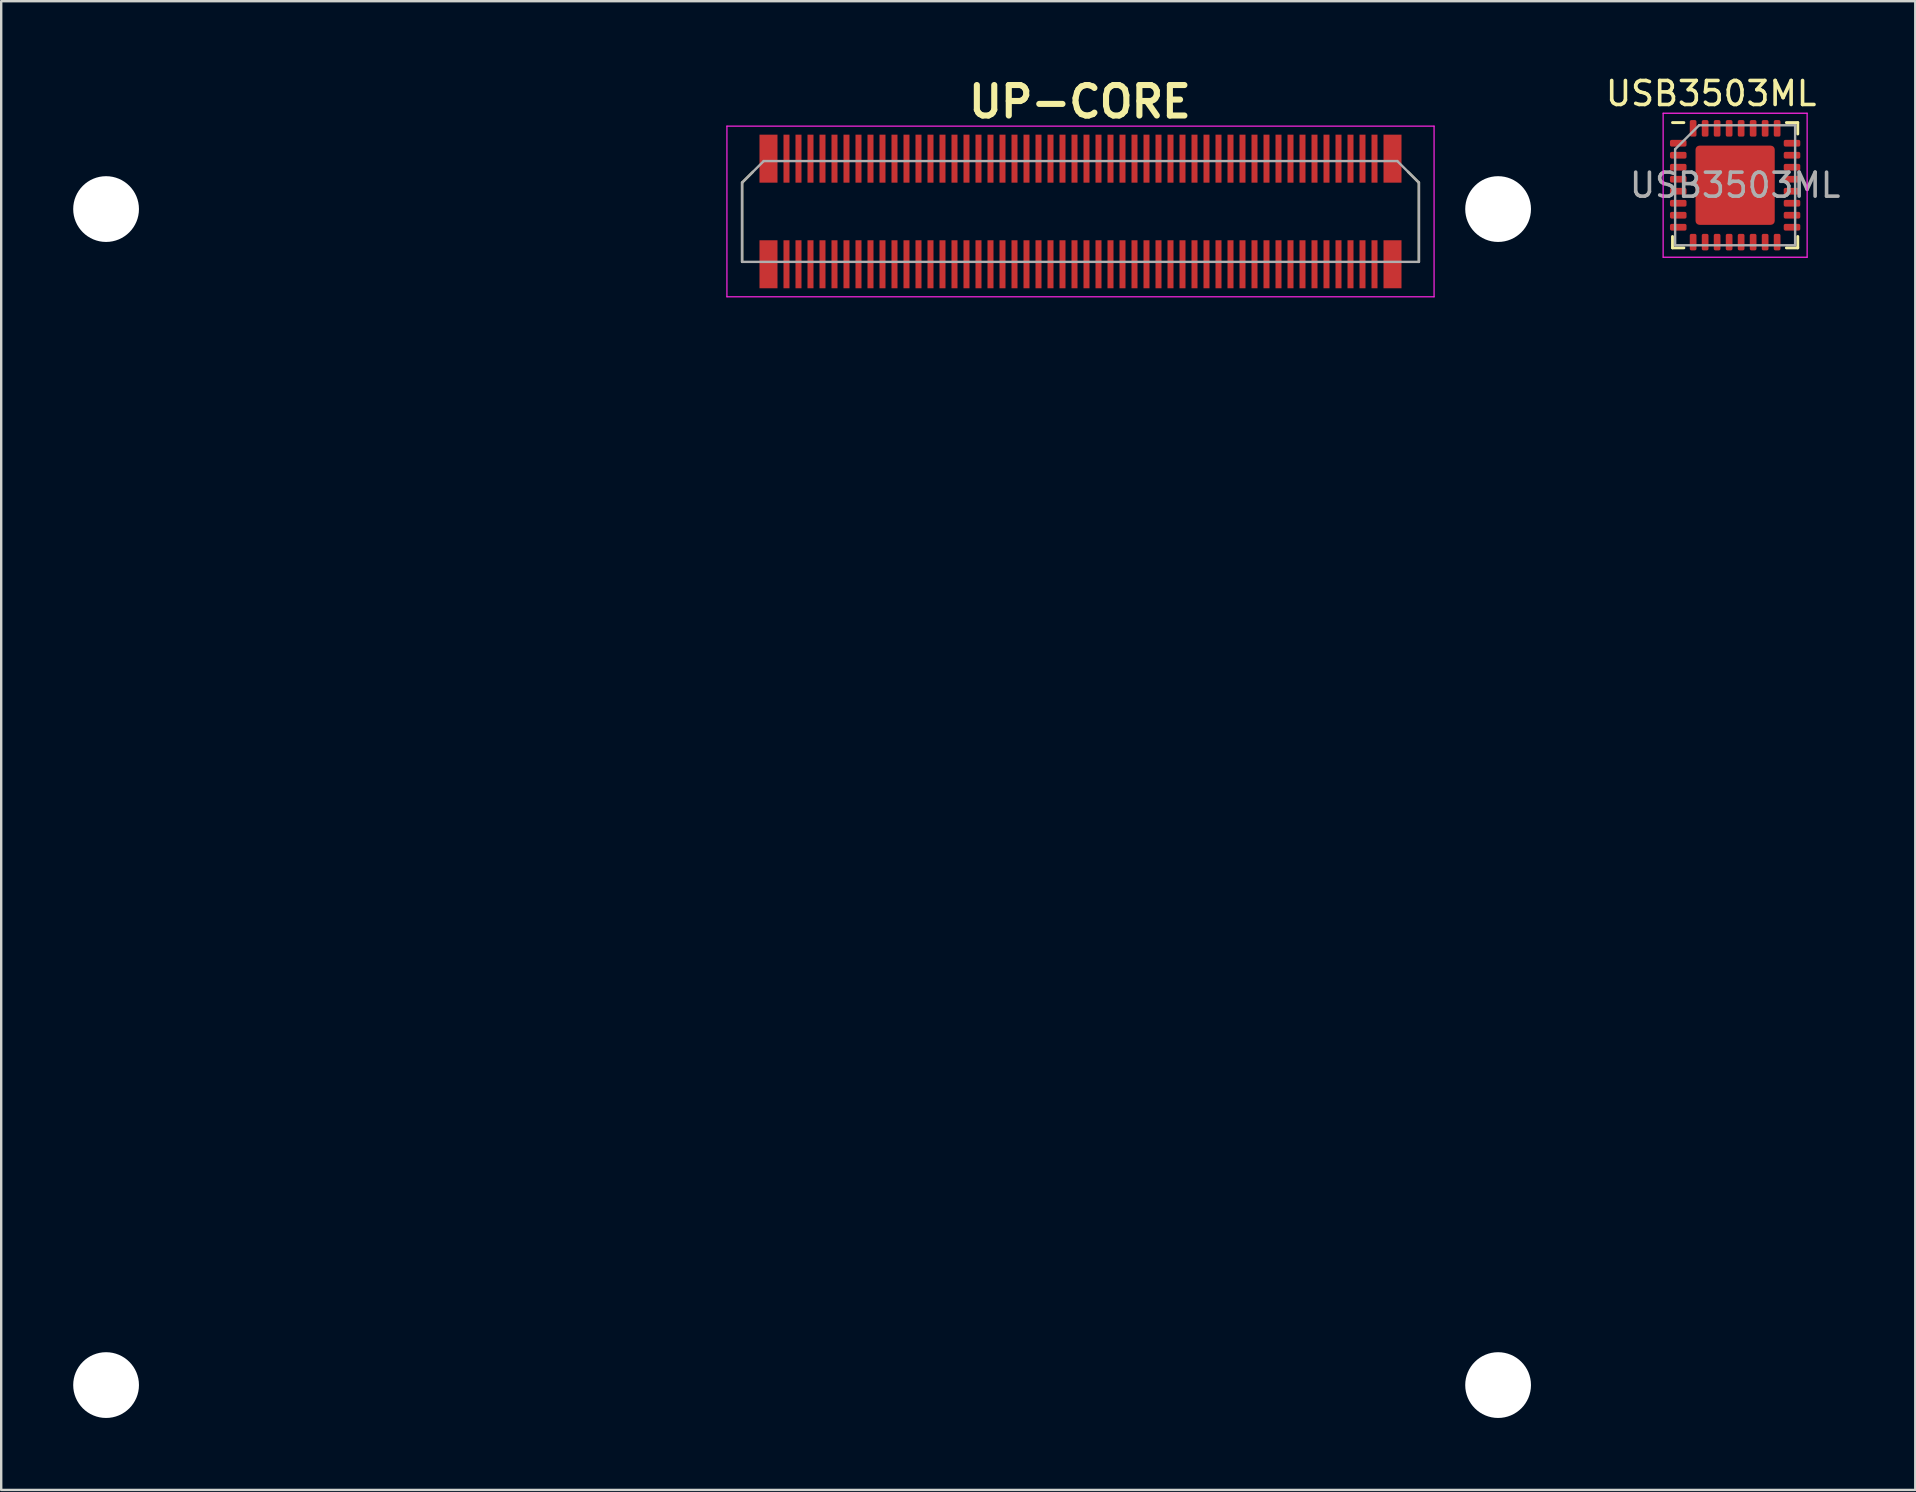
<source format=kicad_pcb>
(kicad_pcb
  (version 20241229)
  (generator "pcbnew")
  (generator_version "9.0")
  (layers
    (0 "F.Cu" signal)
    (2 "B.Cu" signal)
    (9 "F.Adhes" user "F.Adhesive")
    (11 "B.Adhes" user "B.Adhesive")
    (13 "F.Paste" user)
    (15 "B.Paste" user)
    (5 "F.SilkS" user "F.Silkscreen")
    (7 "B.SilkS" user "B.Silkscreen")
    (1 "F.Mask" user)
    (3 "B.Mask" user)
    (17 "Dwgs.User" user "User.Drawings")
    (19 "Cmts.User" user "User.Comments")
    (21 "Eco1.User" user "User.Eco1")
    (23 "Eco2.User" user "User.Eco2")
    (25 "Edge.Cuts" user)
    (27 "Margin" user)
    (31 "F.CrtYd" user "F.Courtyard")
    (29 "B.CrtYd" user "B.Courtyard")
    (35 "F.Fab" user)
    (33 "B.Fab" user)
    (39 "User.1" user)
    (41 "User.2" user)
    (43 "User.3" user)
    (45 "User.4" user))
  (footprint "UP-CORE"
    (layer "F.Cu")
    (at 30.37 30.161)
    (property "Reference" "UP-CORE" (at 11.575 -28.972 0) (layer "F.SilkS") (effects (font (size 1.27 1.27) (thickness 0.254))))
    (attr smd)
    (fp_line (start -2.5 -25.6) (end -2.05 -26.05) (stroke (width 0.1) (type solid)) (layer "F.SilkS"))
    (fp_line (start -2.5 -22.3) (end -2.5 -25.6) (stroke (width 0.1) (type solid)) (layer "F.SilkS"))
    (fp_line (start 25.7 -25.6) (end 25.25 -26.05) (stroke (width 0.1) (type solid)) (layer "F.SilkS"))
    (fp_line (start 25.7 -22.3) (end 25.7 -25.6) (stroke (width 0.1) (type solid)) (layer "F.SilkS"))
    (fp_line (start -3.132 -27.956) (end 26.332 -27.956) (stroke (width 0.05) (type solid)) (layer "F.CrtYd"))
    (fp_line (start -3.132 -20.844) (end -3.132 -27.956) (stroke (width 0.05) (type solid)) (layer "F.CrtYd"))
    (fp_line (start 26.332 -27.956) (end 26.332 -20.844) (stroke (width 0.05) (type solid)) (layer "F.CrtYd"))
    (fp_line (start 26.332 -20.844) (end -3.132 -20.844) (stroke (width 0.05) (type solid)) (layer "F.CrtYd"))
    (fp_line (start -2.5 -25.6) (end -1.6 -26.5) (stroke (width 0.1) (type solid)) (layer "F.Fab"))
    (fp_line (start -2.5 -22.3) (end -2.5 -25.6) (stroke (width 0.1) (type solid)) (layer "F.Fab"))
    (fp_line (start -1.6 -26.5) (end 24.8 -26.5) (stroke (width 0.1) (type solid)) (layer "F.Fab"))
    (fp_line (start 24.8 -26.5) (end 25.7 -25.6) (stroke (width 0.1) (type solid)) (layer "F.Fab"))
    (fp_line (start 25.7 -25.6) (end 25.7 -22.3) (stroke (width 0.1) (type solid)) (layer "F.Fab"))
    (fp_line (start 25.7 -22.3) (end -2.5 -22.3) (stroke (width 0.1) (type solid)) (layer "F.Fab"))
    (pad "" np_thru_hole circle (at -29 -24.5 180) (size 2.74 2.74) (drill 2.74) (layers "*.Cu" "*.Mask"))
    (pad "" np_thru_hole circle (at -29 24.5 180) (size 2.74 2.74) (drill 2.74) (layers "*.Cu" "*.Mask"))
    (pad "" smd rect (at -1.4 -26.6) (size 0.75 2) (layers "F.Cu" "F.Mask" "F.Paste"))
    (pad "" smd rect (at -1.4 -22.2) (size 0.75 2) (layers "F.Cu" "F.Mask" "F.Paste"))
    (pad "" smd rect (at 24.6 -26.6) (size 0.75 2) (layers "F.Cu" "F.Mask" "F.Paste"))
    (pad "" smd rect (at 24.6 -22.2) (size 0.75 2) (layers "F.Cu" "F.Mask" "F.Paste"))
    (pad "" np_thru_hole circle (at 29 -24.5 180) (size 2.74 2.74) (drill 2.74) (layers "*.Cu" "*.Mask"))
    (pad "" np_thru_hole circle (at 29 24.5 180) (size 2.74 2.74) (drill 2.74) (layers "*.Cu" "*.Mask"))
    (pad "1" smd rect (at -0.65 -22.2) (size 0.25 2) (layers "F.Cu" "F.Mask" "F.Paste"))
    (pad "2" smd rect (at -0.65 -26.6) (size 0.25 2) (layers "F.Cu" "F.Mask" "F.Paste"))
    (pad "3" smd rect (at -0.15 -22.2) (size 0.25 2) (layers "F.Cu" "F.Mask" "F.Paste"))
    (pad "4" smd rect (at -0.15 -26.6) (size 0.25 2) (layers "F.Cu" "F.Mask" "F.Paste"))
    (pad "5" smd rect (at 0.35 -22.2) (size 0.25 2) (layers "F.Cu" "F.Mask" "F.Paste"))
    (pad "6" smd rect (at 0.35 -26.6) (size 0.25 2) (layers "F.Cu" "F.Mask" "F.Paste"))
    (pad "7" smd rect (at 0.85 -22.2) (size 0.25 2) (layers "F.Cu" "F.Mask" "F.Paste"))
    (pad "8" smd rect (at 0.85 -26.6) (size 0.25 2) (layers "F.Cu" "F.Mask" "F.Paste"))
    (pad "9" smd rect (at 1.35 -22.2) (size 0.25 2) (layers "F.Cu" "F.Mask" "F.Paste"))
    (pad "10" smd rect (at 1.35 -26.6) (size 0.25 2) (layers "F.Cu" "F.Mask" "F.Paste"))
    (pad "11" smd rect (at 1.85 -22.2) (size 0.25 2) (layers "F.Cu" "F.Mask" "F.Paste"))
    (pad "12" smd rect (at 1.85 -26.6) (size 0.25 2) (layers "F.Cu" "F.Mask" "F.Paste"))
    (pad "13" smd rect (at 2.35 -22.2) (size 0.25 2) (layers "F.Cu" "F.Mask" "F.Paste"))
    (pad "14" smd rect (at 2.35 -26.6) (size 0.25 2) (layers "F.Cu" "F.Mask" "F.Paste"))
    (pad "15" smd rect (at 2.85 -22.2) (size 0.25 2) (layers "F.Cu" "F.Mask" "F.Paste"))
    (pad "16" smd rect (at 2.85 -26.6) (size 0.25 2) (layers "F.Cu" "F.Mask" "F.Paste"))
    (pad "17" smd rect (at 3.35 -22.2) (size 0.25 2) (layers "F.Cu" "F.Mask" "F.Paste"))
    (pad "18" smd rect (at 3.35 -26.6) (size 0.25 2) (layers "F.Cu" "F.Mask" "F.Paste"))
    (pad "19" smd rect (at 3.85 -22.2) (size 0.25 2) (layers "F.Cu" "F.Mask" "F.Paste"))
    (pad "20" smd rect (at 3.85 -26.6) (size 0.25 2) (layers "F.Cu" "F.Mask" "F.Paste"))
    (pad "21" smd rect (at 4.35 -22.2) (size 0.25 2) (layers "F.Cu" "F.Mask" "F.Paste"))
    (pad "22" smd rect (at 4.35 -26.6) (size 0.25 2) (layers "F.Cu" "F.Mask" "F.Paste"))
    (pad "23" smd rect (at 4.85 -22.2) (size 0.25 2) (layers "F.Cu" "F.Mask" "F.Paste"))
    (pad "24" smd rect (at 4.85 -26.6) (size 0.25 2) (layers "F.Cu" "F.Mask" "F.Paste"))
    (pad "25" smd rect (at 5.35 -22.2) (size 0.25 2) (layers "F.Cu" "F.Mask" "F.Paste"))
    (pad "26" smd rect (at 5.35 -26.6) (size 0.25 2) (layers "F.Cu" "F.Mask" "F.Paste"))
    (pad "27" smd rect (at 5.85 -22.2) (size 0.25 2) (layers "F.Cu" "F.Mask" "F.Paste"))
    (pad "28" smd rect (at 5.85 -26.6) (size 0.25 2) (layers "F.Cu" "F.Mask" "F.Paste"))
    (pad "29" smd rect (at 6.35 -22.2) (size 0.25 2) (layers "F.Cu" "F.Mask" "F.Paste"))
    (pad "30" smd rect (at 6.35 -26.6) (size 0.25 2) (layers "F.Cu" "F.Mask" "F.Paste"))
    (pad "31" smd rect (at 6.85 -22.2) (size 0.25 2) (layers "F.Cu" "F.Mask" "F.Paste"))
    (pad "32" smd rect (at 6.85 -26.6) (size 0.25 2) (layers "F.Cu" "F.Mask" "F.Paste"))
    (pad "33" smd rect (at 7.35 -22.2) (size 0.25 2) (layers "F.Cu" "F.Mask" "F.Paste"))
    (pad "34" smd rect (at 7.35 -26.6) (size 0.25 2) (layers "F.Cu" "F.Mask" "F.Paste"))
    (pad "35" smd rect (at 7.85 -22.2) (size 0.25 2) (layers "F.Cu" "F.Mask" "F.Paste"))
    (pad "36" smd rect (at 7.85 -26.6) (size 0.25 2) (layers "F.Cu" "F.Mask" "F.Paste"))
    (pad "37" smd rect (at 8.35 -22.2) (size 0.25 2) (layers "F.Cu" "F.Mask" "F.Paste"))
    (pad "38" smd rect (at 8.35 -26.6) (size 0.25 2) (layers "F.Cu" "F.Mask" "F.Paste"))
    (pad "39" smd rect (at 8.85 -22.2) (size 0.25 2) (layers "F.Cu" "F.Mask" "F.Paste"))
    (pad "40" smd rect (at 8.85 -26.6) (size 0.25 2) (layers "F.Cu" "F.Mask" "F.Paste"))
    (pad "41" smd rect (at 9.35 -22.2) (size 0.25 2) (layers "F.Cu" "F.Mask" "F.Paste"))
    (pad "42" smd rect (at 9.35 -26.6) (size 0.25 2) (layers "F.Cu" "F.Mask" "F.Paste"))
    (pad "43" smd rect (at 9.85 -22.2) (size 0.25 2) (layers "F.Cu" "F.Mask" "F.Paste"))
    (pad "44" smd rect (at 9.85 -26.6) (size 0.25 2) (layers "F.Cu" "F.Mask" "F.Paste"))
    (pad "45" smd rect (at 10.35 -22.2) (size 0.25 2) (layers "F.Cu" "F.Mask" "F.Paste"))
    (pad "46" smd rect (at 10.35 -26.6) (size 0.25 2) (layers "F.Cu" "F.Mask" "F.Paste"))
    (pad "47" smd rect (at 10.85 -22.2) (size 0.25 2) (layers "F.Cu" "F.Mask" "F.Paste"))
    (pad "48" smd rect (at 10.85 -26.6) (size 0.25 2) (layers "F.Cu" "F.Mask" "F.Paste"))
    (pad "49" smd rect (at 11.35 -22.2) (size 0.25 2) (layers "F.Cu" "F.Mask" "F.Paste"))
    (pad "50" smd rect (at 11.35 -26.6) (size 0.25 2) (layers "F.Cu" "F.Mask" "F.Paste"))
    (pad "51" smd rect (at 11.85 -22.2) (size 0.25 2) (layers "F.Cu" "F.Mask" "F.Paste"))
    (pad "52" smd rect (at 11.85 -26.6) (size 0.25 2) (layers "F.Cu" "F.Mask" "F.Paste"))
    (pad "53" smd rect (at 12.35 -22.2) (size 0.25 2) (layers "F.Cu" "F.Mask" "F.Paste"))
    (pad "54" smd rect (at 12.35 -26.6) (size 0.25 2) (layers "F.Cu" "F.Mask" "F.Paste"))
    (pad "55" smd rect (at 12.85 -22.2) (size 0.25 2) (layers "F.Cu" "F.Mask" "F.Paste"))
    (pad "56" smd rect (at 12.85 -26.6) (size 0.25 2) (layers "F.Cu" "F.Mask" "F.Paste"))
    (pad "57" smd rect (at 13.35 -22.2) (size 0.25 2) (layers "F.Cu" "F.Mask" "F.Paste"))
    (pad "58" smd rect (at 13.35 -26.6) (size 0.25 2) (layers "F.Cu" "F.Mask" "F.Paste"))
    (pad "59" smd rect (at 13.85 -22.2) (size 0.25 2) (layers "F.Cu" "F.Mask" "F.Paste"))
    (pad "60" smd rect (at 13.85 -26.6) (size 0.25 2) (layers "F.Cu" "F.Mask" "F.Paste"))
    (pad "61" smd rect (at 14.35 -22.2) (size 0.25 2) (layers "F.Cu" "F.Mask" "F.Paste"))
    (pad "62" smd rect (at 14.35 -26.6) (size 0.25 2) (layers "F.Cu" "F.Mask" "F.Paste"))
    (pad "63" smd rect (at 14.85 -22.2) (size 0.25 2) (layers "F.Cu" "F.Mask" "F.Paste"))
    (pad "64" smd rect (at 14.85 -26.6) (size 0.25 2) (layers "F.Cu" "F.Mask" "F.Paste"))
    (pad "65" smd rect (at 15.35 -22.2) (size 0.25 2) (layers "F.Cu" "F.Mask" "F.Paste"))
    (pad "66" smd rect (at 15.35 -26.6) (size 0.25 2) (layers "F.Cu" "F.Mask" "F.Paste"))
    (pad "67" smd rect (at 15.85 -22.2) (size 0.25 2) (layers "F.Cu" "F.Mask" "F.Paste"))
    (pad "68" smd rect (at 15.85 -26.6) (size 0.25 2) (layers "F.Cu" "F.Mask" "F.Paste"))
    (pad "69" smd rect (at 16.35 -22.2) (size 0.25 2) (layers "F.Cu" "F.Mask" "F.Paste"))
    (pad "70" smd rect (at 16.35 -26.6) (size 0.25 2) (layers "F.Cu" "F.Mask" "F.Paste"))
    (pad "71" smd rect (at 16.85 -22.2) (size 0.25 2) (layers "F.Cu" "F.Mask" "F.Paste"))
    (pad "72" smd rect (at 16.85 -26.6) (size 0.25 2) (layers "F.Cu" "F.Mask" "F.Paste"))
    (pad "73" smd rect (at 17.35 -22.2) (size 0.25 2) (layers "F.Cu" "F.Mask" "F.Paste"))
    (pad "74" smd rect (at 17.35 -26.6) (size 0.25 2) (layers "F.Cu" "F.Mask" "F.Paste"))
    (pad "75" smd rect (at 17.85 -22.2) (size 0.25 2) (layers "F.Cu" "F.Mask" "F.Paste"))
    (pad "76" smd rect (at 17.85 -26.6) (size 0.25 2) (layers "F.Cu" "F.Mask" "F.Paste"))
    (pad "77" smd rect (at 18.35 -22.2) (size 0.25 2) (layers "F.Cu" "F.Mask" "F.Paste"))
    (pad "78" smd rect (at 18.35 -26.6) (size 0.25 2) (layers "F.Cu" "F.Mask" "F.Paste"))
    (pad "79" smd rect (at 18.85 -22.2) (size 0.25 2) (layers "F.Cu" "F.Mask" "F.Paste"))
    (pad "80" smd rect (at 18.85 -26.6) (size 0.25 2) (layers "F.Cu" "F.Mask" "F.Paste"))
    (pad "81" smd rect (at 19.35 -22.2) (size 0.25 2) (layers "F.Cu" "F.Mask" "F.Paste"))
    (pad "82" smd rect (at 19.35 -26.6) (size 0.25 2) (layers "F.Cu" "F.Mask" "F.Paste"))
    (pad "83" smd rect (at 19.85 -22.2) (size 0.25 2) (layers "F.Cu" "F.Mask" "F.Paste"))
    (pad "84" smd rect (at 19.85 -26.6) (size 0.25 2) (layers "F.Cu" "F.Mask" "F.Paste"))
    (pad "85" smd rect (at 20.35 -22.2) (size 0.25 2) (layers "F.Cu" "F.Mask" "F.Paste"))
    (pad "86" smd rect (at 20.35 -26.6) (size 0.25 2) (layers "F.Cu" "F.Mask" "F.Paste"))
    (pad "87" smd rect (at 20.85 -22.2) (size 0.25 2) (layers "F.Cu" "F.Mask" "F.Paste"))
    (pad "88" smd rect (at 20.85 -26.6) (size 0.25 2) (layers "F.Cu" "F.Mask" "F.Paste"))
    (pad "89" smd rect (at 21.35 -22.2) (size 0.25 2) (layers "F.Cu" "F.Mask" "F.Paste"))
    (pad "90" smd rect (at 21.35 -26.6) (size 0.25 2) (layers "F.Cu" "F.Mask" "F.Paste"))
    (pad "91" smd rect (at 21.85 -22.2) (size 0.25 2) (layers "F.Cu" "F.Mask" "F.Paste"))
    (pad "92" smd rect (at 21.85 -26.6) (size 0.25 2) (layers "F.Cu" "F.Mask" "F.Paste"))
    (pad "93" smd rect (at 22.35 -22.2) (size 0.25 2) (layers "F.Cu" "F.Mask" "F.Paste"))
    (pad "94" smd rect (at 22.35 -26.6) (size 0.25 2) (layers "F.Cu" "F.Mask" "F.Paste"))
    (pad "95" smd rect (at 22.85 -22.2) (size 0.25 2) (layers "F.Cu" "F.Mask" "F.Paste"))
    (pad "96" smd rect (at 22.85 -26.6) (size 0.25 2) (layers "F.Cu" "F.Mask" "F.Paste"))
    (pad "97" smd rect (at 23.35 -22.2) (size 0.25 2) (layers "F.Cu" "F.Mask" "F.Paste"))
    (pad "98" smd rect (at 23.35 -26.6) (size 0.25 2) (layers "F.Cu" "F.Mask" "F.Paste"))
    (pad "99" smd rect (at 23.85 -22.2) (size 0.25 2) (layers "F.Cu" "F.Mask" "F.Paste"))
    (pad "100" smd rect (at 23.85 -26.6) (size 0.25 2) (layers "F.Cu" "F.Mask" "F.Paste")))
  (footprint "USB3503ML"
    (layer "F.Cu")
    (at 69.246 4.668)
    (property "Reference" "USB3503ML" (at -1 -3.82 0) (layer "F.SilkS") (effects (font (size 1 1) (thickness 0.15))))
    (attr smd)
    (fp_line (start -2.61 2.61) (end -2.61 2.135) (stroke (width 0.12) (type solid)) (layer "F.SilkS"))
    (fp_line (start -2.135 -2.61) (end -2.61 -2.61) (stroke (width 0.12) (type solid)) (layer "F.SilkS"))
    (fp_line (start -2.135 2.61) (end -2.61 2.61) (stroke (width 0.12) (type solid)) (layer "F.SilkS"))
    (fp_line (start 2.135 -2.61) (end 2.61 -2.61) (stroke (width 0.12) (type solid)) (layer "F.SilkS"))
    (fp_line (start 2.135 2.61) (end 2.61 2.61) (stroke (width 0.12) (type solid)) (layer "F.SilkS"))
    (fp_line (start 2.61 -2.61) (end 2.61 -2.135) (stroke (width 0.12) (type solid)) (layer "F.SilkS"))
    (fp_line (start 2.61 2.61) (end 2.61 2.135) (stroke (width 0.12) (type solid)) (layer "F.SilkS"))
    (fp_line (start -3 -3) (end -3 3) (stroke (width 0.05) (type solid)) (layer "F.CrtYd"))
    (fp_line (start -3 3) (end 3 3) (stroke (width 0.05) (type solid)) (layer "F.CrtYd"))
    (fp_line (start 3 -3) (end -3 -3) (stroke (width 0.05) (type solid)) (layer "F.CrtYd"))
    (fp_line (start 3 3) (end 3 -3) (stroke (width 0.05) (type solid)) (layer "F.CrtYd"))
    (fp_line (start -2.5 -1.5) (end -1.5 -2.5) (stroke (width 0.1) (type solid)) (layer "F.Fab"))
    (fp_line (start -2.5 2.5) (end -2.5 -1.5) (stroke (width 0.1) (type solid)) (layer "F.Fab"))
    (fp_line (start -1.5 -2.5) (end 2.5 -2.5) (stroke (width 0.1) (type solid)) (layer "F.Fab"))
    (fp_line (start 2.5 -2.5) (end 2.5 2.5) (stroke (width 0.1) (type solid)) (layer "F.Fab"))
    (fp_line (start 2.5 2.5) (end -2.5 2.5) (stroke (width 0.1) (type solid)) (layer "F.Fab"))
    (fp_text user "${REFERENCE}" (at 0 0 0) (layer "F.Fab") (effects (font (size 1 1) (thickness 0.15))))
    (pad "1" smd roundrect (at -2.37 -1.75) (size 0.69 0.28) (layers "F.Cu" "F.Mask" "F.Paste") (roundrect_rratio 0.25))
    (pad "2" smd roundrect (at -2.37 -1.25) (size 0.69 0.28) (layers "F.Cu" "F.Mask" "F.Paste") (roundrect_rratio 0.25))
    (pad "3" smd roundrect (at -2.37 -0.75) (size 0.69 0.28) (layers "F.Cu" "F.Mask" "F.Paste") (roundrect_rratio 0.25))
    (pad "4" smd roundrect (at -2.37 -0.25) (size 0.69 0.28) (layers "F.Cu" "F.Mask" "F.Paste") (roundrect_rratio 0.25))
    (pad "5" smd roundrect (at -2.37 0.25) (size 0.69 0.28) (layers "F.Cu" "F.Mask" "F.Paste") (roundrect_rratio 0.25))
    (pad "6" smd roundrect (at -2.37 0.75) (size 0.69 0.28) (layers "F.Cu" "F.Mask" "F.Paste") (roundrect_rratio 0.25))
    (pad "7" smd roundrect (at -2.37 1.25) (size 0.69 0.28) (layers "F.Cu" "F.Mask" "F.Paste") (roundrect_rratio 0.25))
    (pad "8" smd roundrect (at -2.37 1.75) (size 0.69 0.28) (layers "F.Cu" "F.Mask" "F.Paste") (roundrect_rratio 0.25))
    (pad "9" smd roundrect (at -1.75 2.37) (size 0.28 0.69) (layers "F.Cu" "F.Mask" "F.Paste") (roundrect_rratio 0.25))
    (pad "10" smd roundrect (at -1.25 2.37) (size 0.28 0.69) (layers "F.Cu" "F.Mask" "F.Paste") (roundrect_rratio 0.25))
    (pad "11" smd roundrect (at -0.75 2.37) (size 0.28 0.69) (layers "F.Cu" "F.Mask" "F.Paste") (roundrect_rratio 0.25))
    (pad "12" smd roundrect (at -0.25 2.37) (size 0.28 0.69) (layers "F.Cu" "F.Mask" "F.Paste") (roundrect_rratio 0.25))
    (pad "13" smd roundrect (at 0.25 2.37) (size 0.28 0.69) (layers "F.Cu" "F.Mask" "F.Paste") (roundrect_rratio 0.25))
    (pad "14" smd roundrect (at 0.75 2.37) (size 0.28 0.69) (layers "F.Cu" "F.Mask" "F.Paste") (roundrect_rratio 0.25))
    (pad "15" smd roundrect (at 1.25 2.37) (size 0.28 0.69) (layers "F.Cu" "F.Mask" "F.Paste") (roundrect_rratio 0.25))
    (pad "16" smd roundrect (at 1.75 2.37) (size 0.28 0.69) (layers "F.Cu" "F.Mask" "F.Paste") (roundrect_rratio 0.25))
    (pad "17" smd roundrect (at 2.37 1.75) (size 0.69 0.28) (layers "F.Cu" "F.Mask" "F.Paste") (roundrect_rratio 0.25))
    (pad "18" smd roundrect (at 2.37 1.25) (size 0.69 0.28) (layers "F.Cu" "F.Mask" "F.Paste") (roundrect_rratio 0.25))
    (pad "19" smd roundrect (at 2.37 0.75) (size 0.69 0.28) (layers "F.Cu" "F.Mask" "F.Paste") (roundrect_rratio 0.25))
    (pad "20" smd roundrect (at 2.37 0.25) (size 0.69 0.28) (layers "F.Cu" "F.Mask" "F.Paste") (roundrect_rratio 0.25))
    (pad "21" smd roundrect (at 2.37 -0.25) (size 0.69 0.28) (layers "F.Cu" "F.Mask" "F.Paste") (roundrect_rratio 0.25))
    (pad "22" smd roundrect (at 2.37 -0.75) (size 0.69 0.28) (layers "F.Cu" "F.Mask" "F.Paste") (roundrect_rratio 0.25))
    (pad "23" smd roundrect (at 2.37 -1.25) (size 0.69 0.28) (layers "F.Cu" "F.Mask" "F.Paste") (roundrect_rratio 0.25))
    (pad "24" smd roundrect (at 2.37 -1.75) (size 0.69 0.28) (layers "F.Cu" "F.Mask" "F.Paste") (roundrect_rratio 0.25))
    (pad "25" smd roundrect (at 1.75 -2.37) (size 0.28 0.69) (layers "F.Cu" "F.Mask" "F.Paste") (roundrect_rratio 0.25))
    (pad "26" smd roundrect (at 1.25 -2.37) (size 0.28 0.69) (layers "F.Cu" "F.Mask" "F.Paste") (roundrect_rratio 0.25))
    (pad "27" smd roundrect (at 0.75 -2.37) (size 0.28 0.69) (layers "F.Cu" "F.Mask" "F.Paste") (roundrect_rratio 0.25))
    (pad "28" smd roundrect (at 0.25 -2.37) (size 0.28 0.69) (layers "F.Cu" "F.Mask" "F.Paste") (roundrect_rratio 0.25))
    (pad "29" smd roundrect (at -0.25 -2.37) (size 0.28 0.69) (layers "F.Cu" "F.Mask" "F.Paste") (roundrect_rratio 0.25))
    (pad "30" smd roundrect (at -0.75 -2.37) (size 0.28 0.69) (layers "F.Cu" "F.Mask" "F.Paste") (roundrect_rratio 0.25))
    (pad "31" smd roundrect (at -1.25 -2.37) (size 0.28 0.69) (layers "F.Cu" "F.Mask" "F.Paste") (roundrect_rratio 0.25))
    (pad "32" smd roundrect (at -1.75 -2.37) (size 0.28 0.69) (layers "F.Cu" "F.Mask" "F.Paste") (roundrect_rratio 0.25))
    (pad "PAD" smd roundrect (at 0 0) (size 3.3 3.3) (layers "F.Cu" "F.Mask") (roundrect_rratio 0.05)))
  (gr_rect
    (start -3 -3)
    (end 76.752 59.031)
    (stroke (width 0.1) (type default))
    (fill no)
    (layer "Edge.Cuts")))
</source>
